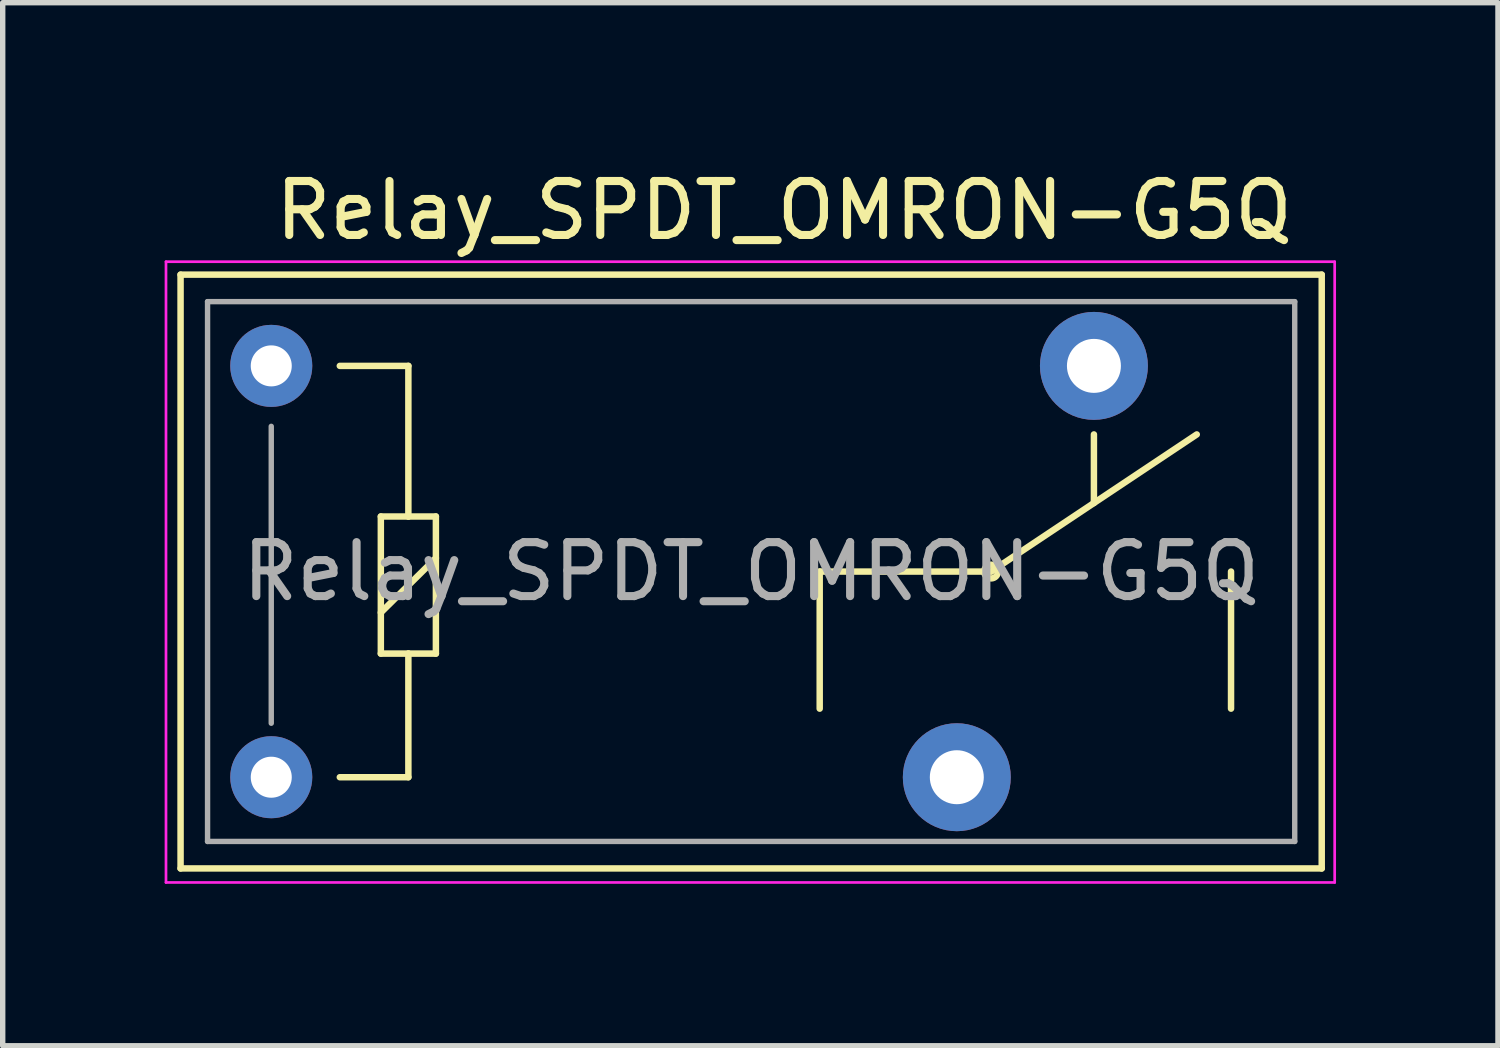
<source format=kicad_pcb>
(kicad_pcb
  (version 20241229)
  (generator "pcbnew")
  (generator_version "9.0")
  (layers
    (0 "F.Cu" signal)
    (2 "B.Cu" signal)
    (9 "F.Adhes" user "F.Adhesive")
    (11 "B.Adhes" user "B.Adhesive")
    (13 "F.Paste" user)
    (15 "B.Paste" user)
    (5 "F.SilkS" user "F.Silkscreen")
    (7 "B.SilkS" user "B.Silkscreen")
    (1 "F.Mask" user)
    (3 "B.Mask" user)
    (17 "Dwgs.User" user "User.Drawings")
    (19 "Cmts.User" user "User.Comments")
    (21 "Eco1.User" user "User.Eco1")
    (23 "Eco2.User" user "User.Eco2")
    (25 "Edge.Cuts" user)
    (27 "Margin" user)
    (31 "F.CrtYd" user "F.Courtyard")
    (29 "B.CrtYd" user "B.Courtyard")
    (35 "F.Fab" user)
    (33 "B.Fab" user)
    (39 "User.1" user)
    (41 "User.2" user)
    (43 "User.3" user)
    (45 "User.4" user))
  (footprint "Relay_SPDT_OMRON-G5Q"
    (layer "F.Cu")
    (at 1.975 11.348)
    (property "Reference" "Relay_SPDT_OMRON-G5Q" (at 9.5 -10.5 180) (layer "F.SilkS") (effects (font (size 1 1) (thickness 0.15))))
    (attr through_hole)
    (fp_line (start -1.68 -9.31) (end 19.46 -9.31) (stroke (width 0.12) (type solid)) (layer "F.SilkS"))
    (fp_line (start -1.68 1.69) (end -1.68 -9.31) (stroke (width 0.12) (type solid)) (layer "F.SilkS"))
    (fp_line (start -1.68 1.69) (end 19.46 1.69) (stroke (width 0.12) (type solid)) (layer "F.SilkS"))
    (fp_line (start 1.27 0) (end 2.54 0) (stroke (width 0.12) (type solid)) (layer "F.SilkS"))
    (fp_line (start 2.03 -4.83) (end 2.54 -4.83) (stroke (width 0.12) (type solid)) (layer "F.SilkS"))
    (fp_line (start 2.03 -3.05) (end 3.05 -4.06) (stroke (width 0.12) (type solid)) (layer "F.SilkS"))
    (fp_line (start 2.03 -2.29) (end 2.03 -4.83) (stroke (width 0.12) (type solid)) (layer "F.SilkS"))
    (fp_line (start 2.54 -7.62) (end 1.27 -7.62) (stroke (width 0.12) (type solid)) (layer "F.SilkS"))
    (fp_line (start 2.54 -4.83) (end 2.54 -7.62) (stroke (width 0.12) (type solid)) (layer "F.SilkS"))
    (fp_line (start 2.54 -4.83) (end 3.05 -4.83) (stroke (width 0.12) (type solid)) (layer "F.SilkS"))
    (fp_line (start 2.54 -2.29) (end 2.03 -2.29) (stroke (width 0.12) (type solid)) (layer "F.SilkS"))
    (fp_line (start 2.54 0) (end 2.54 -2.29) (stroke (width 0.12) (type solid)) (layer "F.SilkS"))
    (fp_line (start 3.05 -4.83) (end 3.05 -2.29) (stroke (width 0.12) (type solid)) (layer "F.SilkS"))
    (fp_line (start 3.05 -2.29) (end 2.54 -2.29) (stroke (width 0.12) (type solid)) (layer "F.SilkS"))
    (fp_line (start 10.16 -3.81) (end 13.335 -3.81) (stroke (width 0.12) (type solid)) (layer "F.SilkS"))
    (fp_line (start 10.16 -1.27) (end 10.16 -3.81) (stroke (width 0.12) (type solid)) (layer "F.SilkS"))
    (fp_line (start 13.335 -3.81) (end 17.145 -6.35) (stroke (width 0.12) (type solid)) (layer "F.SilkS"))
    (fp_line (start 15.24 -6.35) (end 15.24 -5.08) (stroke (width 0.12) (type solid)) (layer "F.SilkS"))
    (fp_line (start 17.78 -1.27) (end 17.78 -3.81) (stroke (width 0.12) (type solid)) (layer "F.SilkS"))
    (fp_line (start 19.46 1.69) (end 19.46 -9.31) (stroke (width 0.12) (type solid)) (layer "F.SilkS"))
    (fp_circle (center 13.335 -3.81) (end 13.462 -3.81) (stroke (width 0.12) (type solid)) (fill no) (layer "F.SilkS"))
    (fp_line (start -1.95 -9.55) (end 19.7 -9.55) (stroke (width 0.05) (type solid)) (layer "F.CrtYd"))
    (fp_line (start -1.95 1.95) (end -1.95 -9.55) (stroke (width 0.05) (type solid)) (layer "F.CrtYd"))
    (fp_line (start 19.7 -9.55) (end 19.7 1.95) (stroke (width 0.05) (type solid)) (layer "F.CrtYd"))
    (fp_line (start 19.7 1.95) (end -1.95 1.95) (stroke (width 0.05) (type solid)) (layer "F.CrtYd"))
    (fp_line (start -1.18 -8.81) (end 18.96 -8.81) (stroke (width 0.1) (type solid)) (layer "F.Fab"))
    (fp_line (start -1.18 1.19) (end -1.18 -8.81) (stroke (width 0.1) (type solid)) (layer "F.Fab"))
    (fp_line (start 0 -1) (end 0 -6.5) (stroke (width 0.1) (type solid)) (layer "F.Fab"))
    (fp_line (start 18.96 -8.81) (end 18.96 1.19) (stroke (width 0.1) (type solid)) (layer "F.Fab"))
    (fp_line (start 18.96 1.19) (end -1.18 1.19) (stroke (width 0.1) (type solid)) (layer "F.Fab"))
    (fp_text user "${REFERENCE}" (at 8.89 -3.81 0) (layer "F.Fab") (effects (font (size 1 1) (thickness 0.15))))
    (pad "1" thru_hole circle (at 0 0 180) (size 1.52 1.52) (drill 0.76) (layers "*.Cu" "*.Mask"))
    (pad "2" thru_hole circle (at 12.7 0 180) (size 2 2) (drill 1) (layers "*.Cu" "*.Mask"))
    (pad "3" thru_hole circle (at 15.24 -7.62 180) (size 2 2) (drill 1) (layers "*.Cu" "*.Mask"))
    (pad "5" thru_hole circle (at 0 -7.62 180) (size 1.52 1.52) (drill 0.76) (layers "*.Cu" "*.Mask")))
  (gr_rect
    (start -3 -3)
    (end 24.7 16.323)
    (stroke (width 0.1) (type default))
    (fill no)
    (layer "Edge.Cuts")))
</source>
